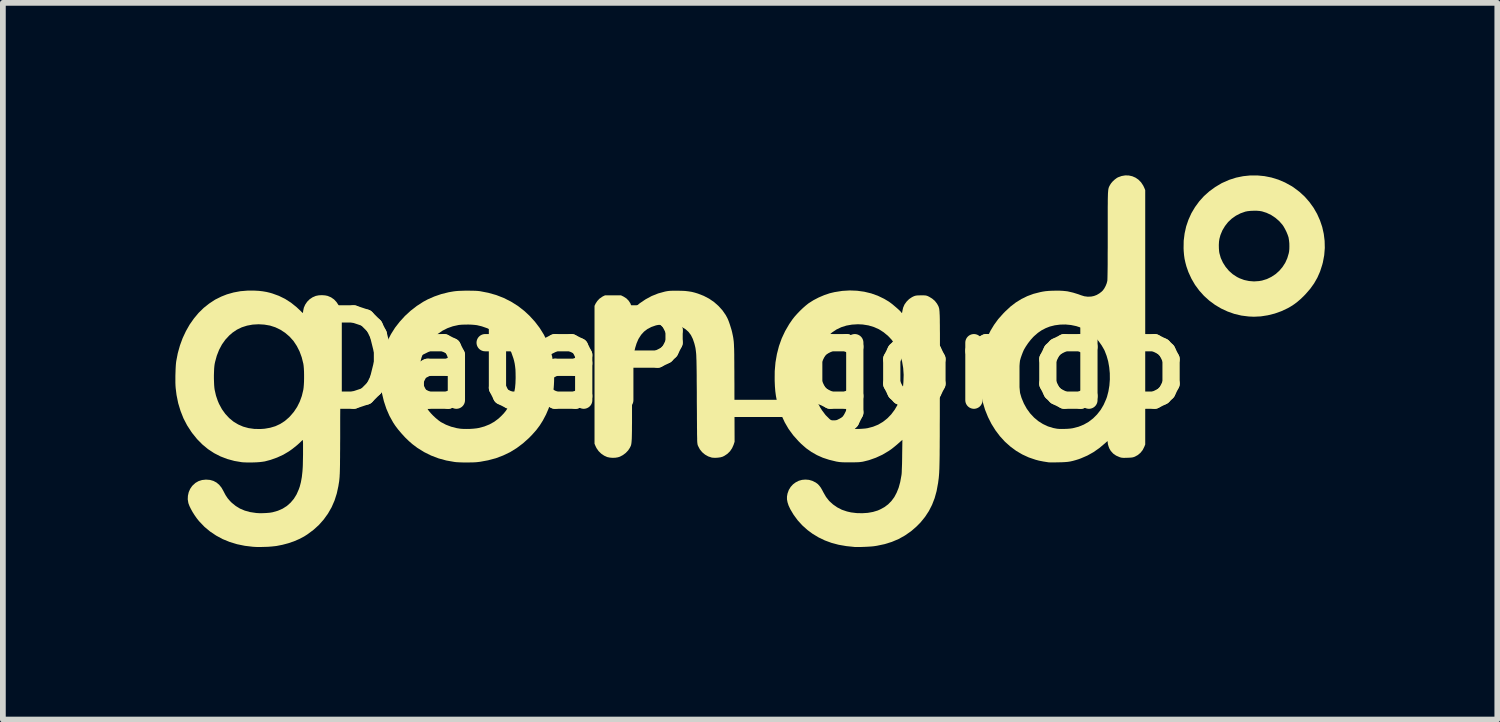
<source format=kicad_pcb>
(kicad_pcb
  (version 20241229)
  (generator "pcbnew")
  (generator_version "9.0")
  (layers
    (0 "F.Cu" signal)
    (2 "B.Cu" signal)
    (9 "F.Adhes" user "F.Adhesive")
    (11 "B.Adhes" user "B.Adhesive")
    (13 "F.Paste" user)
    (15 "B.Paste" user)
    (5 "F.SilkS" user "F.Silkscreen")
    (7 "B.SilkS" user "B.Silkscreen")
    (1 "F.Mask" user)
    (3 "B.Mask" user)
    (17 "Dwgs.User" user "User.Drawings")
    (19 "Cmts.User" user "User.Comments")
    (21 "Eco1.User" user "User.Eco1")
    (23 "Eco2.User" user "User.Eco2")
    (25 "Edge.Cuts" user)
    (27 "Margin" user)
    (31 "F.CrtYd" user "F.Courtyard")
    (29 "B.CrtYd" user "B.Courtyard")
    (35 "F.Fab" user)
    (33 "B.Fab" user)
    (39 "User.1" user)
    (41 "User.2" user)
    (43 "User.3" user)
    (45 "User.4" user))
  (footprint "DataPi_gondo"
    (layer "F.Cu")
    (at 9.994 3.231)
    (property "Reference" "DataPi_gondo" (at 0 0 0) (layer "F.SilkS") (effects (font (size 1.5 1.5) (thickness 0.3))))
    (attr board_only exclude_from_pos_files exclude_from_bom)
    (fp_poly (pts (xy 8.946 -3.218) (xy 9.067 -3.194) (xy 9.187 -3.157) (xy 9.302 -3.108) (xy 9.413 -3.047) (xy 9.452 -3.022) (xy 9.553 -2.946) (xy 9.646 -2.861) (xy 9.728 -2.767) (xy 9.8 -2.667) (xy 9.861 -2.561) (xy 9.911 -2.449) (xy 9.95 -2.334) (xy 9.977 -2.214) (xy 9.992 -2.092) (xy 9.995 -1.969) (xy 9.985 -1.844) (xy 9.962 -1.72) (xy 9.95 -1.675) (xy 9.913 -1.56) (xy 9.866 -1.453) (xy 9.809 -1.353) (xy 9.741 -1.258) (xy 9.661 -1.166) (xy 9.634 -1.138) (xy 9.574 -1.08) (xy 9.517 -1.031) (xy 9.46 -0.988) (xy 9.401 -0.95) (xy 9.348 -0.92) (xy 9.239 -0.869) (xy 9.124 -0.828) (xy 9.004 -0.798) (xy 8.883 -0.779) (xy 8.762 -0.773) (xy 8.672 -0.777) (xy 8.545 -0.793) (xy 8.422 -0.822) (xy 8.304 -0.864) (xy 8.192 -0.916) (xy 8.086 -0.979) (xy 7.987 -1.052) (xy 7.895 -1.135) (xy 7.813 -1.226) (xy 7.739 -1.326) (xy 7.676 -1.434) (xy 7.623 -1.549) (xy 7.588 -1.649) (xy 7.57 -1.717) (xy 7.556 -1.781) (xy 7.547 -1.846) (xy 7.541 -1.917) (xy 7.539 -1.965) (xy 7.54 -2.022) (xy 8.152 -2.022) (xy 8.153 -1.964) (xy 8.157 -1.91) (xy 8.162 -1.879) (xy 8.186 -1.794) (xy 8.223 -1.714) (xy 8.27 -1.64) (xy 8.327 -1.572) (xy 8.393 -1.513) (xy 8.468 -1.464) (xy 8.512 -1.442) (xy 8.592 -1.412) (xy 8.677 -1.394) (xy 8.764 -1.387) (xy 8.851 -1.393) (xy 8.903 -1.402) (xy 8.988 -1.428) (xy 9.066 -1.466) (xy 9.139 -1.514) (xy 9.204 -1.572) (xy 9.26 -1.638) (xy 9.307 -1.711) (xy 9.343 -1.791) (xy 9.368 -1.876) (xy 9.374 -1.907) (xy 9.378 -1.949) (xy 9.379 -1.998) (xy 9.378 -2.05) (xy 9.373 -2.1) (xy 9.366 -2.143) (xy 9.364 -2.154) (xy 9.349 -2.198) (xy 9.329 -2.247) (xy 9.304 -2.297) (xy 9.278 -2.343) (xy 9.259 -2.371) (xy 9.202 -2.436) (xy 9.136 -2.493) (xy 9.062 -2.542) (xy 8.982 -2.58) (xy 8.903 -2.605) (xy 8.863 -2.612) (xy 8.813 -2.616) (xy 8.759 -2.616) (xy 8.705 -2.614) (xy 8.656 -2.609) (xy 8.614 -2.601) (xy 8.614 -2.601) (xy 8.529 -2.571) (xy 8.449 -2.53) (xy 8.377 -2.479) (xy 8.313 -2.419) (xy 8.259 -2.35) (xy 8.214 -2.275) (xy 8.18 -2.193) (xy 8.162 -2.126) (xy 8.155 -2.078) (xy 8.152 -2.022) (xy 7.54 -2.022) (xy 7.541 -2.094) (xy 7.557 -2.221) (xy 7.584 -2.343) (xy 7.624 -2.46) (xy 7.675 -2.573) (xy 7.738 -2.679) (xy 7.811 -2.779) (xy 7.894 -2.871) (xy 7.987 -2.954) (xy 8.09 -3.029) (xy 8.201 -3.095) (xy 8.218 -3.103) (xy 8.334 -3.154) (xy 8.453 -3.192) (xy 8.575 -3.217) (xy 8.699 -3.23) (xy 8.823 -3.23)) (stroke (width 0) (type solid)) (fill yes) (layer "F.SilkS"))
    (fp_poly (pts (xy -4.834 -1.225) (xy -4.779 -1.224) (xy -4.732 -1.221) (xy -4.697 -1.217) (xy -4.552 -1.189) (xy -4.414 -1.15) (xy -4.283 -1.099) (xy -4.158 -1.036) (xy -4.04 -0.962) (xy -3.929 -0.876) (xy -3.836 -0.79) (xy -3.741 -0.686) (xy -3.658 -0.577) (xy -3.587 -0.463) (xy -3.527 -0.342) (xy -3.479 -0.215) (xy -3.442 -0.08) (xy -3.42 0.041) (xy -3.414 0.089) (xy -3.41 0.146) (xy -3.408 0.211) (xy -3.407 0.278) (xy -3.408 0.345) (xy -3.411 0.409) (xy -3.415 0.465) (xy -3.42 0.5) (xy -3.441 0.616) (xy -3.469 0.724) (xy -3.505 0.827) (xy -3.549 0.929) (xy -3.556 0.942) (xy -3.604 1.033) (xy -3.657 1.117) (xy -3.717 1.197) (xy -3.787 1.276) (xy -3.844 1.335) (xy -3.949 1.429) (xy -4.058 1.511) (xy -4.173 1.582) (xy -4.294 1.64) (xy -4.421 1.688) (xy -4.556 1.724) (xy -4.698 1.75) (xy -4.716 1.752) (xy -4.76 1.757) (xy -4.814 1.76) (xy -4.874 1.761) (xy -4.937 1.762) (xy -5 1.761) (xy -5.059 1.759) (xy -5.111 1.756) (xy -5.143 1.752) (xy -5.284 1.727) (xy -5.419 1.69) (xy -5.547 1.641) (xy -5.67 1.58) (xy -5.787 1.507) (xy -5.872 1.443) (xy -5.934 1.389) (xy -5.998 1.327) (xy -6.06 1.259) (xy -6.119 1.19) (xy -6.171 1.121) (xy -6.206 1.068) (xy -6.271 0.951) (xy -6.325 0.827) (xy -6.368 0.697) (xy -6.4 0.564) (xy -6.42 0.427) (xy -6.429 0.289) (xy -6.428 0.237) (xy -5.757 0.237) (xy -5.756 0.304) (xy -5.754 0.37) (xy -5.749 0.43) (xy -5.741 0.482) (xy -5.741 0.482) (xy -5.718 0.582) (xy -5.687 0.677) (xy -5.648 0.764) (xy -5.602 0.842) (xy -5.585 0.866) (xy -5.552 0.905) (xy -5.513 0.946) (xy -5.469 0.987) (xy -5.425 1.024) (xy -5.384 1.054) (xy -5.375 1.06) (xy -5.289 1.105) (xy -5.197 1.14) (xy -5.099 1.165) (xy -5.035 1.175) (xy -4.987 1.178) (xy -4.93 1.179) (xy -4.87 1.178) (xy -4.81 1.174) (xy -4.756 1.168) (xy -4.721 1.162) (xy -4.622 1.136) (xy -4.532 1.1) (xy -4.449 1.054) (xy -4.373 0.997) (xy -4.324 0.951) (xy -4.281 0.906) (xy -4.246 0.862) (xy -4.216 0.817) (xy -4.187 0.766) (xy -4.174 0.74) (xy -4.142 0.671) (xy -4.118 0.603) (xy -4.1 0.535) (xy -4.087 0.463) (xy -4.08 0.385) (xy -4.077 0.296) (xy -4.077 0.274) (xy -4.078 0.204) (xy -4.08 0.145) (xy -4.086 0.092) (xy -4.093 0.043) (xy -4.104 -0.007) (xy -4.116 -0.05) (xy -4.152 -0.152) (xy -4.199 -0.245) (xy -4.255 -0.33) (xy -4.32 -0.405) (xy -4.395 -0.471) (xy -4.478 -0.527) (xy -4.568 -0.572) (xy -4.666 -0.606) (xy -4.75 -0.626) (xy -4.792 -0.631) (xy -4.842 -0.635) (xy -4.898 -0.637) (xy -4.954 -0.636) (xy -5.007 -0.635) (xy -5.053 -0.631) (xy -5.069 -0.629) (xy -5.169 -0.607) (xy -5.262 -0.574) (xy -5.349 -0.53) (xy -5.429 -0.475) (xy -5.49 -0.422) (xy -5.563 -0.344) (xy -5.624 -0.258) (xy -5.674 -0.165) (xy -5.713 -0.065) (xy -5.741 0.044) (xy -5.744 0.064) (xy -5.751 0.113) (xy -5.755 0.172) (xy -5.757 0.237) (xy -6.428 0.237) (xy -6.426 0.151) (xy -6.411 0.015) (xy -6.385 -0.12) (xy -6.351 -0.236) (xy -6.304 -0.355) (xy -6.244 -0.471) (xy -6.174 -0.582) (xy -6.092 -0.687) (xy -6.002 -0.786) (xy -5.903 -0.877) (xy -5.796 -0.96) (xy -5.683 -1.033) (xy -5.605 -1.075) (xy -5.491 -1.125) (xy -5.369 -1.167) (xy -5.24 -1.199) (xy -5.159 -1.213) (xy -5.121 -1.218) (xy -5.072 -1.222) (xy -5.016 -1.224) (xy -4.955 -1.226) (xy -4.894 -1.226)) (stroke (width 0) (type solid)) (fill yes) (layer "F.SilkS"))
    (fp_poly (pts (xy -1.194 -1.224) (xy -1.128 -1.221) (xy -1.069 -1.214) (xy -1.013 -1.205) (xy -0.958 -1.191) (xy -0.906 -1.175) (xy -0.806 -1.136) (xy -0.712 -1.087) (xy -0.626 -1.028) (xy -0.549 -0.96) (xy -0.481 -0.885) (xy -0.424 -0.803) (xy -0.396 -0.752) (xy -0.382 -0.721) (xy -0.366 -0.68) (xy -0.35 -0.633) (xy -0.335 -0.585) (xy -0.321 -0.539) (xy -0.311 -0.499) (xy -0.306 -0.474) (xy -0.301 -0.452) (xy -0.297 -0.431) (xy -0.293 -0.41) (xy -0.29 -0.389) (xy -0.287 -0.367) (xy -0.284 -0.343) (xy -0.282 -0.316) (xy -0.28 -0.285) (xy -0.279 -0.251) (xy -0.277 -0.211) (xy -0.276 -0.165) (xy -0.275 -0.112) (xy -0.275 -0.052) (xy -0.274 0.017) (xy -0.274 0.095) (xy -0.273 0.183) (xy -0.273 0.282) (xy -0.272 0.392) (xy -0.272 0.515) (xy -0.272 0.561) (xy -0.269 1.401) (xy -0.287 1.456) (xy -0.313 1.514) (xy -0.349 1.567) (xy -0.395 1.612) (xy -0.448 1.647) (xy -0.479 1.662) (xy -0.515 1.672) (xy -0.559 1.678) (xy -0.604 1.681) (xy -0.647 1.679) (xy -0.668 1.676) (xy -0.728 1.656) (xy -0.783 1.625) (xy -0.832 1.584) (xy -0.873 1.534) (xy -0.903 1.477) (xy -0.907 1.467) (xy -0.91 1.461) (xy -0.912 1.454) (xy -0.913 1.447) (xy -0.915 1.438) (xy -0.916 1.427) (xy -0.918 1.412) (xy -0.919 1.394) (xy -0.92 1.37) (xy -0.92 1.341) (xy -0.921 1.306) (xy -0.922 1.263) (xy -0.922 1.213) (xy -0.923 1.154) (xy -0.923 1.085) (xy -0.924 1.007) (xy -0.924 0.917) (xy -0.925 0.816) (xy -0.926 0.702) (xy -0.926 0.669) (xy -0.926 0.545) (xy -0.927 0.435) (xy -0.928 0.336) (xy -0.928 0.249) (xy -0.929 0.171) (xy -0.93 0.103) (xy -0.931 0.044) (xy -0.932 -0.008) (xy -0.934 -0.053) (xy -0.935 -0.092) (xy -0.937 -0.126) (xy -0.94 -0.155) (xy -0.943 -0.181) (xy -0.946 -0.204) (xy -0.949 -0.225) (xy -0.953 -0.245) (xy -0.958 -0.265) (xy -0.963 -0.286) (xy -0.969 -0.308) (xy -0.969 -0.309) (xy -0.995 -0.386) (xy -1.028 -0.453) (xy -1.07 -0.509) (xy -1.12 -0.554) (xy -1.179 -0.59) (xy -1.247 -0.617) (xy -1.283 -0.626) (xy -1.32 -0.632) (xy -1.366 -0.636) (xy -1.418 -0.638) (xy -1.472 -0.638) (xy -1.526 -0.636) (xy -1.575 -0.633) (xy -1.616 -0.627) (xy -1.638 -0.622) (xy -1.716 -0.595) (xy -1.785 -0.559) (xy -1.844 -0.514) (xy -1.894 -0.459) (xy -1.936 -0.394) (xy -1.945 -0.377) (xy -1.974 -0.309) (xy -1.998 -0.231) (xy -2.018 -0.144) (xy -2.033 -0.046) (xy -2.044 0.064) (xy -2.046 0.091) (xy -2.047 0.112) (xy -2.048 0.146) (xy -2.049 0.19) (xy -2.05 0.245) (xy -2.051 0.308) (xy -2.051 0.379) (xy -2.052 0.457) (xy -2.052 0.539) (xy -2.053 0.626) (xy -2.053 0.716) (xy -2.053 0.787) (xy -2.053 0.895) (xy -2.053 0.99) (xy -2.053 1.073) (xy -2.054 1.146) (xy -2.054 1.208) (xy -2.055 1.262) (xy -2.056 1.307) (xy -2.057 1.345) (xy -2.059 1.377) (xy -2.061 1.403) (xy -2.063 1.424) (xy -2.066 1.442) (xy -2.069 1.457) (xy -2.073 1.47) (xy -2.078 1.481) (xy -2.084 1.493) (xy -2.09 1.505) (xy -2.09 1.506) (xy -2.121 1.553) (xy -2.162 1.596) (xy -2.211 1.633) (xy -2.264 1.661) (xy -2.299 1.672) (xy -2.341 1.679) (xy -2.389 1.681) (xy -2.438 1.677) (xy -2.481 1.668) (xy -2.483 1.668) (xy -2.538 1.643) (xy -2.589 1.608) (xy -2.634 1.564) (xy -2.67 1.513) (xy -2.689 1.474) (xy -2.705 1.435) (xy -2.705 0.236) (xy -2.705 -0.962) (xy -2.686 -1.002) (xy -2.657 -1.046) (xy -2.62 -1.086) (xy -2.576 -1.117) (xy -2.562 -1.126) (xy -2.522 -1.145) (xy -2.384 -1.145) (xy -2.245 -1.145) (xy -2.2 -1.123) (xy -2.15 -1.091) (xy -2.11 -1.05) (xy -2.079 -1.001) (xy -2.06 -0.944) (xy -2.056 -0.923) (xy -2.051 -0.891) (xy -2.017 -0.924) (xy -1.92 -1.006) (xy -1.818 -1.075) (xy -1.711 -1.133) (xy -1.598 -1.178) (xy -1.481 -1.21) (xy -1.456 -1.215) (xy -1.433 -1.219) (xy -1.407 -1.222) (xy -1.378 -1.224) (xy -1.341 -1.225) (xy -1.295 -1.225) (xy -1.27 -1.225)) (stroke (width 0) (type solid)) (fill yes) (layer "F.SilkS"))
    (fp_poly (pts (xy 6.587 -3.229) (xy 6.647 -3.216) (xy 6.704 -3.191) (xy 6.755 -3.156) (xy 6.8 -3.11) (xy 6.837 -3.054) (xy 6.856 -3.014) (xy 6.872 -2.975) (xy 6.872 -0.763) (xy 6.872 1.449) (xy 6.856 1.489) (xy 6.828 1.545) (xy 6.79 1.593) (xy 6.744 1.632) (xy 6.691 1.661) (xy 6.688 1.662) (xy 6.668 1.669) (xy 6.647 1.674) (xy 6.622 1.677) (xy 6.589 1.679) (xy 6.558 1.68) (xy 6.519 1.681) (xy 6.49 1.681) (xy 6.467 1.679) (xy 6.449 1.676) (xy 6.43 1.67) (xy 6.424 1.668) (xy 6.365 1.642) (xy 6.315 1.607) (xy 6.274 1.562) (xy 6.263 1.544) (xy 6.247 1.516) (xy 6.234 1.481) (xy 6.224 1.447) (xy 6.22 1.418) (xy 6.22 1.414) (xy 6.219 1.399) (xy 6.216 1.391) (xy 6.216 1.391) (xy 6.209 1.396) (xy 6.196 1.407) (xy 6.177 1.424) (xy 6.169 1.431) (xy 6.075 1.51) (xy 5.974 1.581) (xy 5.867 1.641) (xy 5.756 1.689) (xy 5.713 1.705) (xy 5.661 1.721) (xy 5.614 1.734) (xy 5.57 1.744) (xy 5.525 1.751) (xy 5.476 1.755) (xy 5.419 1.758) (xy 5.359 1.759) (xy 5.314 1.76) (xy 5.273 1.76) (xy 5.238 1.76) (xy 5.21 1.76) (xy 5.193 1.759) (xy 5.19 1.759) (xy 5.102 1.745) (xy 5.025 1.73) (xy 4.965 1.714) (xy 4.847 1.674) (xy 4.734 1.622) (xy 4.627 1.559) (xy 4.526 1.484) (xy 4.432 1.4) (xy 4.346 1.306) (xy 4.268 1.203) (xy 4.198 1.091) (xy 4.138 0.972) (xy 4.087 0.846) (xy 4.049 0.719) (xy 4.02 0.584) (xy 4.001 0.444) (xy 3.994 0.301) (xy 3.995 0.245) (xy 4.663 0.245) (xy 4.666 0.353) (xy 4.678 0.458) (xy 4.697 0.558) (xy 4.721 0.639) (xy 4.762 0.737) (xy 4.812 0.827) (xy 4.871 0.908) (xy 4.938 0.98) (xy 5.012 1.042) (xy 5.093 1.093) (xy 5.18 1.134) (xy 5.271 1.162) (xy 5.339 1.175) (xy 5.375 1.178) (xy 5.421 1.179) (xy 5.472 1.178) (xy 5.523 1.176) (xy 5.571 1.172) (xy 5.611 1.166) (xy 5.616 1.165) (xy 5.713 1.14) (xy 5.804 1.103) (xy 5.888 1.055) (xy 5.966 0.995) (xy 6.035 0.926) (xy 6.097 0.847) (xy 6.149 0.759) (xy 6.192 0.662) (xy 6.207 0.621) (xy 6.232 0.525) (xy 6.249 0.423) (xy 6.257 0.318) (xy 6.256 0.211) (xy 6.246 0.106) (xy 6.228 0.004) (xy 6.201 -0.092) (xy 6.167 -0.18) (xy 6.158 -0.199) (xy 6.114 -0.275) (xy 6.062 -0.348) (xy 6.003 -0.416) (xy 5.94 -0.475) (xy 5.916 -0.494) (xy 5.842 -0.542) (xy 5.76 -0.581) (xy 5.672 -0.61) (xy 5.58 -0.629) (xy 5.486 -0.638) (xy 5.392 -0.636) (xy 5.3 -0.624) (xy 5.212 -0.602) (xy 5.141 -0.574) (xy 5.07 -0.537) (xy 5.006 -0.493) (xy 4.945 -0.44) (xy 4.926 -0.422) (xy 4.88 -0.371) (xy 4.834 -0.312) (xy 4.793 -0.251) (xy 4.761 -0.196) (xy 4.744 -0.157) (xy 4.726 -0.11) (xy 4.708 -0.059) (xy 4.694 -0.009) (xy 4.684 0.034) (xy 4.684 0.035) (xy 4.669 0.138) (xy 4.663 0.245) (xy 3.995 0.245) (xy 3.996 0.158) (xy 4.009 0.017) (xy 4.033 -0.121) (xy 4.066 -0.253) (xy 4.082 -0.303) (xy 4.128 -0.421) (xy 4.182 -0.531) (xy 4.244 -0.633) (xy 4.316 -0.732) (xy 4.401 -0.827) (xy 4.437 -0.864) (xy 4.528 -0.949) (xy 4.622 -1.021) (xy 4.719 -1.081) (xy 4.821 -1.131) (xy 4.929 -1.171) (xy 5.047 -1.201) (xy 5.092 -1.21) (xy 5.138 -1.217) (xy 5.193 -1.222) (xy 5.254 -1.225) (xy 5.318 -1.226) (xy 5.381 -1.226) (xy 5.44 -1.223) (xy 5.491 -1.218) (xy 5.523 -1.214) (xy 5.618 -1.192) (xy 5.711 -1.163) (xy 5.751 -1.148) (xy 5.812 -1.129) (xy 5.874 -1.121) (xy 5.936 -1.124) (xy 5.982 -1.134) (xy 6.029 -1.152) (xy 6.075 -1.179) (xy 6.116 -1.211) (xy 6.136 -1.231) (xy 6.161 -1.266) (xy 6.184 -1.309) (xy 6.202 -1.354) (xy 6.213 -1.397) (xy 6.213 -1.398) (xy 6.214 -1.413) (xy 6.215 -1.44) (xy 6.216 -1.481) (xy 6.217 -1.535) (xy 6.218 -1.6) (xy 6.219 -1.678) (xy 6.219 -1.768) (xy 6.219 -1.869) (xy 6.22 -1.981) (xy 6.22 -2.104) (xy 6.22 -2.199) (xy 6.22 -2.318) (xy 6.22 -2.425) (xy 6.22 -2.52) (xy 6.22 -2.604) (xy 6.22 -2.677) (xy 6.221 -2.741) (xy 6.221 -2.796) (xy 6.222 -2.843) (xy 6.223 -2.882) (xy 6.224 -2.916) (xy 6.226 -2.943) (xy 6.228 -2.966) (xy 6.23 -2.985) (xy 6.233 -3) (xy 6.236 -3.013) (xy 6.24 -3.024) (xy 6.244 -3.034) (xy 6.249 -3.044) (xy 6.255 -3.055) (xy 6.259 -3.063) (xy 6.279 -3.094) (xy 6.308 -3.128) (xy 6.342 -3.159) (xy 6.377 -3.185) (xy 6.398 -3.197) (xy 6.461 -3.22) (xy 6.525 -3.231)) (stroke (width 0) (type solid)) (fill yes) (layer "F.SilkS"))
    (fp_poly (pts (xy -8.544 -1.223) (xy -8.475 -1.215) (xy -8.41 -1.204) (xy -8.344 -1.188) (xy -8.307 -1.177) (xy -8.194 -1.136) (xy -8.086 -1.083) (xy -7.983 -1.017) (xy -7.886 -0.939) (xy -7.836 -0.892) (xy -7.814 -0.871) (xy -7.796 -0.853) (xy -7.783 -0.841) (xy -7.778 -0.837) (xy -7.776 -0.844) (xy -7.773 -0.859) (xy -7.772 -0.873) (xy -7.76 -0.93) (xy -7.736 -0.984) (xy -7.702 -1.034) (xy -7.659 -1.077) (xy -7.608 -1.111) (xy -7.552 -1.135) (xy -7.502 -1.145) (xy -7.446 -1.148) (xy -7.39 -1.144) (xy -7.346 -1.135) (xy -7.287 -1.11) (xy -7.235 -1.074) (xy -7.192 -1.028) (xy -7.157 -0.975) (xy -7.134 -0.916) (xy -7.132 -0.912) (xy -7.132 -0.905) (xy -7.131 -0.892) (xy -7.13 -0.873) (xy -7.129 -0.847) (xy -7.128 -0.813) (xy -7.128 -0.772) (xy -7.127 -0.723) (xy -7.127 -0.665) (xy -7.127 -0.597) (xy -7.126 -0.521) (xy -7.126 -0.434) (xy -7.126 -0.337) (xy -7.126 -0.23) (xy -7.126 -0.111) (xy -7.126 0.02) (xy -7.126 0.163) (xy -7.126 0.318) (xy -7.127 0.486) (xy -7.127 0.537) (xy -7.127 0.701) (xy -7.127 0.853) (xy -7.128 0.992) (xy -7.128 1.12) (xy -7.128 1.237) (xy -7.128 1.342) (xy -7.129 1.438) (xy -7.129 1.525) (xy -7.13 1.603) (xy -7.13 1.673) (xy -7.131 1.735) (xy -7.131 1.79) (xy -7.132 1.839) (xy -7.133 1.882) (xy -7.134 1.92) (xy -7.135 1.953) (xy -7.137 1.983) (xy -7.138 2.008) (xy -7.14 2.032) (xy -7.142 2.052) (xy -7.144 2.072) (xy -7.146 2.09) (xy -7.149 2.108) (xy -7.152 2.126) (xy -7.155 2.144) (xy -7.158 2.164) (xy -7.159 2.171) (xy -7.187 2.3) (xy -7.226 2.423) (xy -7.277 2.54) (xy -7.34 2.65) (xy -7.414 2.753) (xy -7.498 2.848) (xy -7.593 2.934) (xy -7.698 3.012) (xy -7.756 3.049) (xy -7.838 3.092) (xy -7.93 3.132) (xy -8.029 3.166) (xy -8.131 3.193) (xy -8.232 3.213) (xy -8.263 3.217) (xy -8.32 3.223) (xy -8.385 3.228) (xy -8.454 3.23) (xy -8.523 3.232) (xy -8.587 3.231) (xy -8.642 3.228) (xy -8.643 3.228) (xy -8.786 3.211) (xy -8.922 3.183) (xy -9.05 3.144) (xy -9.172 3.094) (xy -9.285 3.033) (xy -9.391 2.962) (xy -9.488 2.881) (xy -9.576 2.789) (xy -9.582 2.783) (xy -9.621 2.734) (xy -9.659 2.68) (xy -9.694 2.625) (xy -9.724 2.571) (xy -9.749 2.52) (xy -9.766 2.475) (xy -9.769 2.464) (xy -9.779 2.402) (xy -9.776 2.34) (xy -9.762 2.278) (xy -9.737 2.221) (xy -9.702 2.17) (xy -9.693 2.161) (xy -9.645 2.117) (xy -9.591 2.086) (xy -9.531 2.067) (xy -9.466 2.06) (xy -9.458 2.06) (xy -9.392 2.065) (xy -9.333 2.082) (xy -9.28 2.11) (xy -9.233 2.149) (xy -9.191 2.201) (xy -9.155 2.265) (xy -9.155 2.266) (xy -9.121 2.33) (xy -9.085 2.384) (xy -9.044 2.432) (xy -9.014 2.462) (xy -8.945 2.518) (xy -8.87 2.564) (xy -8.787 2.599) (xy -8.697 2.624) (xy -8.597 2.639) (xy -8.579 2.641) (xy -8.524 2.644) (xy -8.464 2.643) (xy -8.404 2.64) (xy -8.348 2.635) (xy -8.302 2.627) (xy -8.211 2.601) (xy -8.129 2.565) (xy -8.055 2.518) (xy -7.991 2.461) (xy -7.934 2.394) (xy -7.886 2.316) (xy -7.847 2.227) (xy -7.831 2.181) (xy -7.811 2.104) (xy -7.795 2.015) (xy -7.784 1.916) (xy -7.78 1.857) (xy -7.778 1.819) (xy -7.777 1.774) (xy -7.776 1.725) (xy -7.775 1.674) (xy -7.774 1.621) (xy -7.774 1.569) (xy -7.774 1.52) (xy -7.774 1.475) (xy -7.774 1.436) (xy -7.775 1.405) (xy -7.777 1.383) (xy -7.778 1.372) (xy -7.779 1.371) (xy -7.786 1.375) (xy -7.799 1.387) (xy -7.811 1.399) (xy -7.84 1.427) (xy -7.877 1.46) (xy -7.919 1.494) (xy -7.962 1.528) (xy -8.003 1.557) (xy -8.02 1.569) (xy -8.118 1.627) (xy -8.225 1.676) (xy -8.337 1.716) (xy -8.439 1.743) (xy -8.478 1.749) (xy -8.528 1.755) (xy -8.585 1.759) (xy -8.645 1.761) (xy -8.706 1.762) (xy -8.763 1.761) (xy -8.813 1.759) (xy -8.838 1.757) (xy -8.968 1.735) (xy -9.093 1.701) (xy -9.21 1.656) (xy -9.321 1.599) (xy -9.426 1.53) (xy -9.524 1.449) (xy -9.616 1.356) (xy -9.701 1.251) (xy -9.716 1.23) (xy -9.79 1.116) (xy -9.853 0.995) (xy -9.904 0.866) (xy -9.945 0.731) (xy -9.974 0.588) (xy -9.989 0.467) (xy -9.992 0.426) (xy -9.994 0.376) (xy -9.994 0.318) (xy -9.994 0.303) (xy -9.324 0.303) (xy -9.322 0.362) (xy -9.32 0.415) (xy -9.316 0.462) (xy -9.311 0.498) (xy -9.311 0.498) (xy -9.288 0.599) (xy -9.257 0.69) (xy -9.235 0.742) (xy -9.184 0.836) (xy -9.125 0.918) (xy -9.058 0.99) (xy -8.984 1.051) (xy -8.903 1.1) (xy -8.816 1.138) (xy -8.722 1.164) (xy -8.622 1.178) (xy -8.517 1.18) (xy -8.444 1.175) (xy -8.346 1.158) (xy -8.255 1.131) (xy -8.171 1.092) (xy -8.093 1.042) (xy -8.021 0.98) (xy -8.002 0.961) (xy -7.934 0.882) (xy -7.877 0.796) (xy -7.831 0.704) (xy -7.795 0.605) (xy -7.769 0.497) (xy -7.769 0.496) (xy -7.764 0.459) (xy -7.76 0.411) (xy -7.757 0.356) (xy -7.756 0.296) (xy -7.756 0.236) (xy -7.757 0.178) (xy -7.76 0.124) (xy -7.764 0.078) (xy -7.769 0.044) (xy -7.797 -0.068) (xy -7.835 -0.171) (xy -7.883 -0.265) (xy -7.94 -0.351) (xy -8.008 -0.427) (xy -8.085 -0.493) (xy -8.085 -0.493) (xy -8.168 -0.547) (xy -8.255 -0.589) (xy -8.348 -0.619) (xy -8.447 -0.636) (xy -8.547 -0.642) (xy -8.651 -0.636) (xy -8.748 -0.618) (xy -8.839 -0.589) (xy -8.924 -0.548) (xy -9.002 -0.495) (xy -9.055 -0.449) (xy -9.124 -0.375) (xy -9.184 -0.291) (xy -9.234 -0.197) (xy -9.274 -0.095) (xy -9.304 0.015) (xy -9.311 0.049) (xy -9.316 0.085) (xy -9.32 0.131) (xy -9.322 0.185) (xy -9.324 0.243) (xy -9.324 0.303) (xy -9.994 0.303) (xy -9.994 0.256) (xy -9.992 0.194) (xy -9.99 0.133) (xy -9.987 0.078) (xy -9.983 0.031) (xy -9.979 0) (xy -9.952 -0.14) (xy -9.914 -0.275) (xy -9.867 -0.403) (xy -9.81 -0.524) (xy -9.745 -0.638) (xy -9.671 -0.743) (xy -9.59 -0.84) (xy -9.501 -0.927) (xy -9.405 -1.003) (xy -9.303 -1.07) (xy -9.194 -1.124) (xy -9.098 -1.162) (xy -8.981 -1.195) (xy -8.862 -1.217) (xy -8.74 -1.227) (xy -8.621 -1.227)) (stroke (width 0) (type solid)) (fill yes) (layer "F.SilkS"))
    (fp_poly (pts (xy 1.861 -1.225) (xy 1.985 -1.208) (xy 2.106 -1.179) (xy 2.221 -1.138) (xy 2.331 -1.085) (xy 2.415 -1.035) (xy 2.442 -1.015) (xy 2.474 -0.991) (xy 2.507 -0.963) (xy 2.54 -0.935) (xy 2.571 -0.908) (xy 2.597 -0.884) (xy 2.616 -0.865) (xy 2.625 -0.854) (xy 2.634 -0.842) (xy 2.64 -0.837) (xy 2.644 -0.844) (xy 2.647 -0.859) (xy 2.649 -0.873) (xy 2.662 -0.931) (xy 2.686 -0.986) (xy 2.722 -1.036) (xy 2.766 -1.08) (xy 2.817 -1.114) (xy 2.848 -1.129) (xy 2.867 -1.136) (xy 2.885 -1.14) (xy 2.906 -1.143) (xy 2.934 -1.144) (xy 2.971 -1.145) (xy 2.975 -1.145) (xy 3.011 -1.145) (xy 3.037 -1.144) (xy 3.056 -1.142) (xy 3.073 -1.138) (xy 3.09 -1.132) (xy 3.11 -1.122) (xy 3.116 -1.119) (xy 3.167 -1.088) (xy 3.213 -1.049) (xy 3.249 -1.003) (xy 3.264 -0.977) (xy 3.269 -0.968) (xy 3.273 -0.96) (xy 3.277 -0.952) (xy 3.28 -0.943) (xy 3.283 -0.934) (xy 3.286 -0.924) (xy 3.289 -0.912) (xy 3.291 -0.897) (xy 3.293 -0.878) (xy 3.295 -0.857) (xy 3.296 -0.831) (xy 3.298 -0.8) (xy 3.299 -0.763) (xy 3.3 -0.721) (xy 3.3 -0.673) (xy 3.301 -0.617) (xy 3.301 -0.553) (xy 3.302 -0.482) (xy 3.302 -0.402) (xy 3.302 -0.312) (xy 3.302 -0.212) (xy 3.302 -0.102) (xy 3.302 0.019) (xy 3.301 0.152) (xy 3.301 0.297) (xy 3.301 0.454) (xy 3.301 0.516) (xy 3.3 0.678) (xy 3.3 0.827) (xy 3.3 0.964) (xy 3.299 1.089) (xy 3.299 1.202) (xy 3.299 1.306) (xy 3.298 1.4) (xy 3.298 1.484) (xy 3.297 1.561) (xy 3.297 1.629) (xy 3.296 1.69) (xy 3.295 1.744) (xy 3.294 1.792) (xy 3.293 1.835) (xy 3.292 1.873) (xy 3.29 1.907) (xy 3.289 1.937) (xy 3.287 1.964) (xy 3.285 1.989) (xy 3.283 2.012) (xy 3.281 2.034) (xy 3.278 2.056) (xy 3.275 2.078) (xy 3.272 2.101) (xy 3.269 2.125) (xy 3.268 2.127) (xy 3.244 2.259) (xy 3.21 2.382) (xy 3.165 2.498) (xy 3.11 2.606) (xy 3.043 2.708) (xy 2.965 2.804) (xy 2.896 2.874) (xy 2.799 2.958) (xy 2.694 3.031) (xy 2.583 3.093) (xy 2.465 3.143) (xy 2.339 3.182) (xy 2.206 3.21) (xy 2.154 3.218) (xy 2.116 3.222) (xy 2.07 3.225) (xy 2.018 3.228) (xy 1.965 3.23) (xy 1.913 3.232) (xy 1.867 3.232) (xy 1.829 3.232) (xy 1.817 3.231) (xy 1.674 3.216) (xy 1.541 3.193) (xy 1.417 3.16) (xy 1.3 3.117) (xy 1.19 3.064) (xy 1.086 3.001) (xy 0.998 2.936) (xy 0.909 2.856) (xy 0.827 2.766) (xy 0.756 2.669) (xy 0.699 2.573) (xy 0.67 2.511) (xy 0.652 2.456) (xy 0.642 2.404) (xy 0.642 2.354) (xy 0.651 2.303) (xy 0.652 2.3) (xy 0.674 2.239) (xy 0.706 2.187) (xy 0.747 2.142) (xy 0.794 2.107) (xy 0.847 2.08) (xy 0.904 2.064) (xy 0.963 2.059) (xy 1.024 2.064) (xy 1.083 2.081) (xy 1.141 2.11) (xy 1.148 2.115) (xy 1.178 2.137) (xy 1.204 2.165) (xy 1.229 2.198) (xy 1.254 2.241) (xy 1.276 2.283) (xy 1.321 2.361) (xy 1.376 2.431) (xy 1.442 2.491) (xy 1.515 2.542) (xy 1.597 2.584) (xy 1.686 2.614) (xy 1.756 2.63) (xy 1.854 2.642) (xy 1.952 2.644) (xy 2.047 2.638) (xy 2.137 2.622) (xy 2.22 2.597) (xy 2.261 2.579) (xy 2.335 2.539) (xy 2.401 2.49) (xy 2.458 2.432) (xy 2.508 2.365) (xy 2.549 2.288) (xy 2.584 2.201) (xy 2.611 2.103) (xy 2.631 1.993) (xy 2.634 1.975) (xy 2.636 1.957) (xy 2.638 1.926) (xy 2.639 1.886) (xy 2.641 1.838) (xy 2.643 1.783) (xy 2.644 1.724) (xy 2.645 1.662) (xy 2.645 1.645) (xy 2.649 1.368) (xy 2.616 1.397) (xy 2.573 1.435) (xy 2.538 1.465) (xy 2.509 1.489) (xy 2.484 1.509) (xy 2.461 1.527) (xy 2.437 1.544) (xy 2.412 1.561) (xy 2.407 1.564) (xy 2.301 1.627) (xy 2.188 1.679) (xy 2.069 1.721) (xy 1.978 1.744) (xy 1.954 1.749) (xy 1.932 1.752) (xy 1.909 1.755) (xy 1.883 1.757) (xy 1.852 1.758) (xy 1.812 1.759) (xy 1.762 1.759) (xy 1.739 1.759) (xy 1.684 1.759) (xy 1.641 1.759) (xy 1.606 1.758) (xy 1.577 1.756) (xy 1.552 1.754) (xy 1.528 1.75) (xy 1.503 1.746) (xy 1.494 1.744) (xy 1.375 1.715) (xy 1.265 1.679) (xy 1.164 1.634) (xy 1.069 1.58) (xy 0.978 1.516) (xy 0.891 1.44) (xy 0.841 1.39) (xy 0.749 1.287) (xy 0.67 1.179) (xy 0.603 1.064) (xy 0.546 0.941) (xy 0.511 0.844) (xy 0.485 0.761) (xy 0.465 0.683) (xy 0.45 0.605) (xy 0.439 0.524) (xy 0.432 0.437) (xy 0.428 0.34) (xy 0.428 0.331) (xy 0.428 0.28) (xy 1.095 0.28) (xy 1.096 0.321) (xy 1.104 0.433) (xy 1.119 0.536) (xy 1.143 0.631) (xy 1.176 0.719) (xy 1.218 0.803) (xy 1.252 0.856) (xy 1.313 0.937) (xy 1.382 1.006) (xy 1.458 1.064) (xy 1.541 1.111) (xy 1.631 1.146) (xy 1.728 1.169) (xy 1.765 1.175) (xy 1.803 1.178) (xy 1.851 1.179) (xy 1.903 1.178) (xy 1.955 1.175) (xy 2.003 1.171) (xy 2.043 1.165) (xy 2.044 1.165) (xy 2.139 1.14) (xy 2.228 1.104) (xy 2.311 1.055) (xy 2.387 0.995) (xy 2.455 0.925) (xy 2.516 0.843) (xy 2.565 0.759) (xy 2.6 0.681) (xy 2.628 0.601) (xy 2.648 0.516) (xy 2.662 0.423) (xy 2.667 0.362) (xy 2.671 0.238) (xy 2.663 0.119) (xy 2.644 0.007) (xy 2.615 -0.1) (xy 2.574 -0.198) (xy 2.523 -0.29) (xy 2.462 -0.373) (xy 2.401 -0.438) (xy 2.324 -0.502) (xy 2.241 -0.555) (xy 2.153 -0.594) (xy 2.059 -0.622) (xy 1.959 -0.638) (xy 1.876 -0.642) (xy 1.773 -0.636) (xy 1.676 -0.619) (xy 1.587 -0.591) (xy 1.503 -0.551) (xy 1.425 -0.499) (xy 1.353 -0.435) (xy 1.35 -0.433) (xy 1.282 -0.354) (xy 1.224 -0.268) (xy 1.176 -0.174) (xy 1.14 -0.073) (xy 1.114 0.037) (xy 1.1 0.154) (xy 1.095 0.28) (xy 0.428 0.28) (xy 0.429 0.172) (xy 0.442 0.021) (xy 0.467 -0.124) (xy 0.503 -0.263) (xy 0.55 -0.395) (xy 0.61 -0.523) (xy 0.681 -0.645) (xy 0.741 -0.732) (xy 0.777 -0.777) (xy 0.821 -0.826) (xy 0.869 -0.876) (xy 0.919 -0.924) (xy 0.968 -0.967) (xy 1.013 -1.003) (xy 1.02 -1.008) (xy 1.102 -1.06) (xy 1.192 -1.107) (xy 1.288 -1.148) (xy 1.385 -1.181) (xy 1.469 -1.201) (xy 1.602 -1.222) (xy 1.733 -1.23)) (stroke (width 0) (type solid)) (fill yes) (layer "F.SilkS")))
  (gr_rect
    (start -3 -3)
    (end 22.989 9.463)
    (stroke (width 0.1) (type default))
    (fill no)
    (layer "Edge.Cuts")))
</source>
